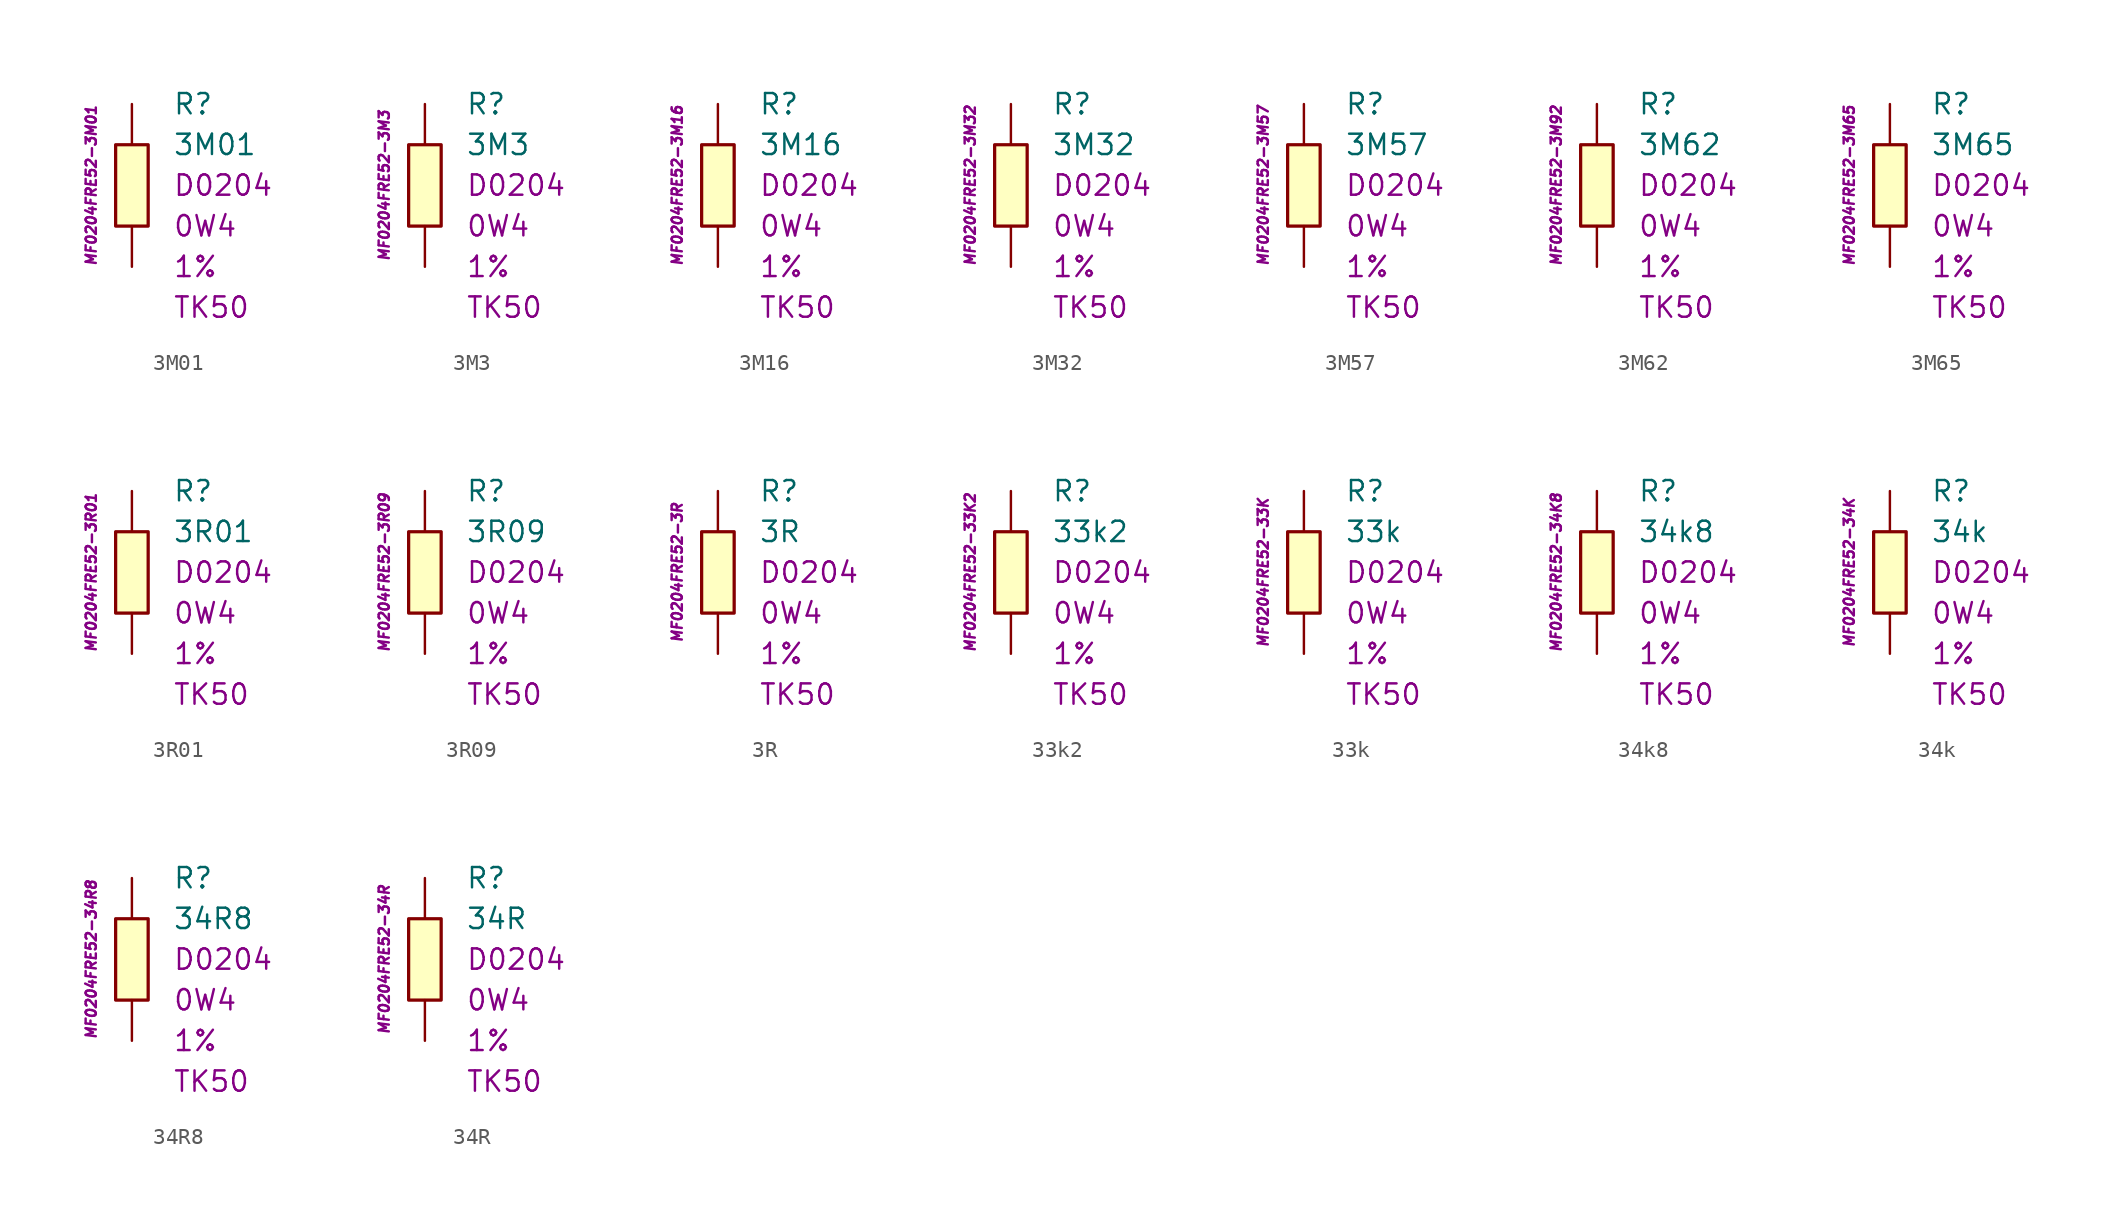
<source format=kicad_sym>
(kicad_symbol_lib
  (version 20201005)
  (generator kicad_symbol_editor)
  (symbol "3M01"
    (pin_numbers hide)
    (pin_names
      (offset 1.016) hide)
    (property "Reference" "R"
      (at 2.54 5.08 0)
      (effects (font (size 1.27 1.27)) (justify left)))
    (property "Value" "3M01"
      (at 2.54 2.54 0)
      (effects (font (size 1.27 1.27)) (justify left)))
    (property "Package" "D0204"
      (at 2.54 0 0)
      (effects (font (size 1.27 1.27)) (justify left)))
    (property "Power" "0W4"
      (at 2.54 -2.54 0)
      (effects (font (size 1.27 1.27)) (justify left)))
    (property "Tolerance" "1%"
      (at 2.54 -5.08 0)
      (effects (font (size 1.27 1.27)) (justify left)))
    (property "TK" "TK50"
      (at 2.54 -7.62 0)
      (effects (font (size 1.27 1.27)) (justify left)))
    (property "ID" "MF0204FRE52-3M01"
      (at -2.54 0 90)
      (effects (font (size 0.635 0.635) italic)))
    (symbol "3M01_0_1"
      (rectangle (start -1.016 2.54) (end 1.016 -2.54) (stroke (width 0.203)) (fill (type background))))
    (symbol "3M01_1_1"
      (pin passive line (at 0 5.08 270) (length 2.54) (name "~" (effects (font (size 1.778 1.778)))) (number "1" (effects (font (size 1.778 1.778)))))
      (pin passive line (at 0 -5.08 90) (length 2.54) (name "~" (effects (font (size 1.778 1.778)))) (number "2" (effects (font (size 1.778 1.778)))))))
  (symbol "3M3"
    (pin_numbers hide)
    (pin_names
      (offset 1.016) hide)
    (property "Reference" "R"
      (at 2.54 5.08 0)
      (effects (font (size 1.27 1.27)) (justify left)))
    (property "Value" "3M3"
      (at 2.54 2.54 0)
      (effects (font (size 1.27 1.27)) (justify left)))
    (property "Package" "D0204"
      (at 2.54 0 0)
      (effects (font (size 1.27 1.27)) (justify left)))
    (property "Power" "0W4"
      (at 2.54 -2.54 0)
      (effects (font (size 1.27 1.27)) (justify left)))
    (property "Tolerance" "1%"
      (at 2.54 -5.08 0)
      (effects (font (size 1.27 1.27)) (justify left)))
    (property "TK" "TK50"
      (at 2.54 -7.62 0)
      (effects (font (size 1.27 1.27)) (justify left)))
    (property "ID" "MF0204FRE52-3M3"
      (at -2.54 0 90)
      (effects (font (size 0.635 0.635) italic)))
    (symbol "3M3_0_1"
      (rectangle (start -1.016 2.54) (end 1.016 -2.54) (stroke (width 0.203)) (fill (type background))))
    (symbol "3M3_1_1"
      (pin passive line (at 0 5.08 270) (length 2.54) (name "~" (effects (font (size 1.778 1.778)))) (number "1" (effects (font (size 1.778 1.778)))))
      (pin passive line (at 0 -5.08 90) (length 2.54) (name "~" (effects (font (size 1.778 1.778)))) (number "2" (effects (font (size 1.778 1.778)))))))
  (symbol "3M16"
    (pin_numbers hide)
    (pin_names
      (offset 1.016) hide)
    (property "Reference" "R"
      (at 2.54 5.08 0)
      (effects (font (size 1.27 1.27)) (justify left)))
    (property "Value" "3M16"
      (at 2.54 2.54 0)
      (effects (font (size 1.27 1.27)) (justify left)))
    (property "Package" "D0204"
      (at 2.54 0 0)
      (effects (font (size 1.27 1.27)) (justify left)))
    (property "Power" "0W4"
      (at 2.54 -2.54 0)
      (effects (font (size 1.27 1.27)) (justify left)))
    (property "Tolerance" "1%"
      (at 2.54 -5.08 0)
      (effects (font (size 1.27 1.27)) (justify left)))
    (property "TK" "TK50"
      (at 2.54 -7.62 0)
      (effects (font (size 1.27 1.27)) (justify left)))
    (property "ID" "MF0204FRE52-3M16"
      (at -2.54 0 90)
      (effects (font (size 0.635 0.635) italic)))
    (symbol "3M16_0_1"
      (rectangle (start -1.016 2.54) (end 1.016 -2.54) (stroke (width 0.203)) (fill (type background))))
    (symbol "3M16_1_1"
      (pin passive line (at 0 5.08 270) (length 2.54) (name "~" (effects (font (size 1.778 1.778)))) (number "1" (effects (font (size 1.778 1.778)))))
      (pin passive line (at 0 -5.08 90) (length 2.54) (name "~" (effects (font (size 1.778 1.778)))) (number "2" (effects (font (size 1.778 1.778)))))))
  (symbol "3M32"
    (pin_numbers hide)
    (pin_names
      (offset 1.016) hide)
    (property "Reference" "R"
      (at 2.54 5.08 0)
      (effects (font (size 1.27 1.27)) (justify left)))
    (property "Value" "3M32"
      (at 2.54 2.54 0)
      (effects (font (size 1.27 1.27)) (justify left)))
    (property "Package" "D0204"
      (at 2.54 0 0)
      (effects (font (size 1.27 1.27)) (justify left)))
    (property "Power" "0W4"
      (at 2.54 -2.54 0)
      (effects (font (size 1.27 1.27)) (justify left)))
    (property "Tolerance" "1%"
      (at 2.54 -5.08 0)
      (effects (font (size 1.27 1.27)) (justify left)))
    (property "TK" "TK50"
      (at 2.54 -7.62 0)
      (effects (font (size 1.27 1.27)) (justify left)))
    (property "ID" "MF0204FRE52-3M32"
      (at -2.54 0 90)
      (effects (font (size 0.635 0.635) italic)))
    (symbol "3M32_0_1"
      (rectangle (start -1.016 2.54) (end 1.016 -2.54) (stroke (width 0.203)) (fill (type background))))
    (symbol "3M32_1_1"
      (pin passive line (at 0 5.08 270) (length 2.54) (name "~" (effects (font (size 1.778 1.778)))) (number "1" (effects (font (size 1.778 1.778)))))
      (pin passive line (at 0 -5.08 90) (length 2.54) (name "~" (effects (font (size 1.778 1.778)))) (number "2" (effects (font (size 1.778 1.778)))))))
  (symbol "3M57"
    (pin_numbers hide)
    (pin_names
      (offset 1.016) hide)
    (property "Reference" "R"
      (at 2.54 5.08 0)
      (effects (font (size 1.27 1.27)) (justify left)))
    (property "Value" "3M57"
      (at 2.54 2.54 0)
      (effects (font (size 1.27 1.27)) (justify left)))
    (property "Package" "D0204"
      (at 2.54 0 0)
      (effects (font (size 1.27 1.27)) (justify left)))
    (property "Power" "0W4"
      (at 2.54 -2.54 0)
      (effects (font (size 1.27 1.27)) (justify left)))
    (property "Tolerance" "1%"
      (at 2.54 -5.08 0)
      (effects (font (size 1.27 1.27)) (justify left)))
    (property "TK" "TK50"
      (at 2.54 -7.62 0)
      (effects (font (size 1.27 1.27)) (justify left)))
    (property "ID" "MF0204FRE52-3M57"
      (at -2.54 0 90)
      (effects (font (size 0.635 0.635) italic)))
    (symbol "3M57_0_1"
      (rectangle (start -1.016 2.54) (end 1.016 -2.54) (stroke (width 0.203)) (fill (type background))))
    (symbol "3M57_1_1"
      (pin passive line (at 0 5.08 270) (length 2.54) (name "~" (effects (font (size 1.778 1.778)))) (number "1" (effects (font (size 1.778 1.778)))))
      (pin passive line (at 0 -5.08 90) (length 2.54) (name "~" (effects (font (size 1.778 1.778)))) (number "2" (effects (font (size 1.778 1.778)))))))
  (symbol "3M62"
    (pin_numbers hide)
    (pin_names
      (offset 1.016) hide)
    (property "Reference" "R"
      (at 2.54 5.08 0)
      (effects (font (size 1.27 1.27)) (justify left)))
    (property "Value" "3M62"
      (at 2.54 2.54 0)
      (effects (font (size 1.27 1.27)) (justify left)))
    (property "Package" "D0204"
      (at 2.54 0 0)
      (effects (font (size 1.27 1.27)) (justify left)))
    (property "Power" "0W4"
      (at 2.54 -2.54 0)
      (effects (font (size 1.27 1.27)) (justify left)))
    (property "Tolerance" "1%"
      (at 2.54 -5.08 0)
      (effects (font (size 1.27 1.27)) (justify left)))
    (property "TK" "TK50"
      (at 2.54 -7.62 0)
      (effects (font (size 1.27 1.27)) (justify left)))
    (property "ID" "MF0204FRE52-3M92"
      (at -2.54 0 90)
      (effects (font (size 0.635 0.635) italic)))
    (symbol "3M62_0_1"
      (rectangle (start -1.016 2.54) (end 1.016 -2.54) (stroke (width 0.203)) (fill (type background))))
    (symbol "3M62_1_1"
      (pin passive line (at 0 5.08 270) (length 2.54) (name "~" (effects (font (size 1.778 1.778)))) (number "1" (effects (font (size 1.778 1.778)))))
      (pin passive line (at 0 -5.08 90) (length 2.54) (name "~" (effects (font (size 1.778 1.778)))) (number "2" (effects (font (size 1.778 1.778)))))))
  (symbol "3M65"
    (pin_numbers hide)
    (pin_names
      (offset 1.016) hide)
    (property "Reference" "R"
      (at 2.54 5.08 0)
      (effects (font (size 1.27 1.27)) (justify left)))
    (property "Value" "3M65"
      (at 2.54 2.54 0)
      (effects (font (size 1.27 1.27)) (justify left)))
    (property "Package" "D0204"
      (at 2.54 0 0)
      (effects (font (size 1.27 1.27)) (justify left)))
    (property "Power" "0W4"
      (at 2.54 -2.54 0)
      (effects (font (size 1.27 1.27)) (justify left)))
    (property "Tolerance" "1%"
      (at 2.54 -5.08 0)
      (effects (font (size 1.27 1.27)) (justify left)))
    (property "TK" "TK50"
      (at 2.54 -7.62 0)
      (effects (font (size 1.27 1.27)) (justify left)))
    (property "ID" "MF0204FRE52-3M65"
      (at -2.54 0 90)
      (effects (font (size 0.635 0.635) italic)))
    (symbol "3M65_0_1"
      (rectangle (start -1.016 2.54) (end 1.016 -2.54) (stroke (width 0.203)) (fill (type background))))
    (symbol "3M65_1_1"
      (pin passive line (at 0 5.08 270) (length 2.54) (name "~" (effects (font (size 1.778 1.778)))) (number "1" (effects (font (size 1.778 1.778)))))
      (pin passive line (at 0 -5.08 90) (length 2.54) (name "~" (effects (font (size 1.778 1.778)))) (number "2" (effects (font (size 1.778 1.778)))))))
  (symbol "3R01"
    (pin_numbers hide)
    (pin_names
      (offset 1.016) hide)
    (property "Reference" "R"
      (at 2.54 5.08 0)
      (effects (font (size 1.27 1.27)) (justify left)))
    (property "Value" "3R01"
      (at 2.54 2.54 0)
      (effects (font (size 1.27 1.27)) (justify left)))
    (property "Package" "D0204"
      (at 2.54 0 0)
      (effects (font (size 1.27 1.27)) (justify left)))
    (property "Power" "0W4"
      (at 2.54 -2.54 0)
      (effects (font (size 1.27 1.27)) (justify left)))
    (property "Tolerance" "1%"
      (at 2.54 -5.08 0)
      (effects (font (size 1.27 1.27)) (justify left)))
    (property "TK" "TK50"
      (at 2.54 -7.62 0)
      (effects (font (size 1.27 1.27)) (justify left)))
    (property "ID" "MF0204FRE52-3R01"
      (at -2.54 0 90)
      (effects (font (size 0.635 0.635) italic)))
    (symbol "3R01_0_1"
      (rectangle (start -1.016 2.54) (end 1.016 -2.54) (stroke (width 0.203)) (fill (type background))))
    (symbol "3R01_1_1"
      (pin passive line (at 0 5.08 270) (length 2.54) (name "~" (effects (font (size 1.778 1.778)))) (number "1" (effects (font (size 1.778 1.778)))))
      (pin passive line (at 0 -5.08 90) (length 2.54) (name "~" (effects (font (size 1.778 1.778)))) (number "2" (effects (font (size 1.778 1.778)))))))
  (symbol "3R09"
    (pin_numbers hide)
    (pin_names
      (offset 1.016) hide)
    (property "Reference" "R"
      (at 2.54 5.08 0)
      (effects (font (size 1.27 1.27)) (justify left)))
    (property "Value" "3R09"
      (at 2.54 2.54 0)
      (effects (font (size 1.27 1.27)) (justify left)))
    (property "Package" "D0204"
      (at 2.54 0 0)
      (effects (font (size 1.27 1.27)) (justify left)))
    (property "Power" "0W4"
      (at 2.54 -2.54 0)
      (effects (font (size 1.27 1.27)) (justify left)))
    (property "Tolerance" "1%"
      (at 2.54 -5.08 0)
      (effects (font (size 1.27 1.27)) (justify left)))
    (property "TK" "TK50"
      (at 2.54 -7.62 0)
      (effects (font (size 1.27 1.27)) (justify left)))
    (property "ID" "MF0204FRE52-3R09"
      (at -2.54 0 90)
      (effects (font (size 0.635 0.635) italic)))
    (symbol "3R09_0_1"
      (rectangle (start -1.016 2.54) (end 1.016 -2.54) (stroke (width 0.203)) (fill (type background))))
    (symbol "3R09_1_1"
      (pin passive line (at 0 5.08 270) (length 2.54) (name "~" (effects (font (size 1.778 1.778)))) (number "1" (effects (font (size 1.778 1.778)))))
      (pin passive line (at 0 -5.08 90) (length 2.54) (name "~" (effects (font (size 1.778 1.778)))) (number "2" (effects (font (size 1.778 1.778)))))))
  (symbol "3R"
    (pin_numbers hide)
    (pin_names
      (offset 1.016) hide)
    (property "Reference" "R"
      (at 2.54 5.08 0)
      (effects (font (size 1.27 1.27)) (justify left)))
    (property "Value" "3R"
      (at 2.54 2.54 0)
      (effects (font (size 1.27 1.27)) (justify left)))
    (property "Package" "D0204"
      (at 2.54 0 0)
      (effects (font (size 1.27 1.27)) (justify left)))
    (property "Power" "0W4"
      (at 2.54 -2.54 0)
      (effects (font (size 1.27 1.27)) (justify left)))
    (property "Tolerance" "1%"
      (at 2.54 -5.08 0)
      (effects (font (size 1.27 1.27)) (justify left)))
    (property "TK" "TK50"
      (at 2.54 -7.62 0)
      (effects (font (size 1.27 1.27)) (justify left)))
    (property "ID" "MF0204FRE52-3R"
      (at -2.54 0 90)
      (effects (font (size 0.635 0.635) italic)))
    (symbol "3R_0_1"
      (rectangle (start -1.016 2.54) (end 1.016 -2.54) (stroke (width 0.203)) (fill (type background))))
    (symbol "3R_1_1"
      (pin passive line (at 0 5.08 270) (length 2.54) (name "~" (effects (font (size 1.778 1.778)))) (number "1" (effects (font (size 1.778 1.778)))))
      (pin passive line (at 0 -5.08 90) (length 2.54) (name "~" (effects (font (size 1.778 1.778)))) (number "2" (effects (font (size 1.778 1.778)))))))
  (symbol "33k2"
    (pin_numbers hide)
    (pin_names
      (offset 1.016) hide)
    (property "Reference" "R"
      (at 2.54 5.08 0)
      (effects (font (size 1.27 1.27)) (justify left)))
    (property "Value" "33k2"
      (at 2.54 2.54 0)
      (effects (font (size 1.27 1.27)) (justify left)))
    (property "Package" "D0204"
      (at 2.54 0 0)
      (effects (font (size 1.27 1.27)) (justify left)))
    (property "Power" "0W4"
      (at 2.54 -2.54 0)
      (effects (font (size 1.27 1.27)) (justify left)))
    (property "Tolerance" "1%"
      (at 2.54 -5.08 0)
      (effects (font (size 1.27 1.27)) (justify left)))
    (property "TK" "TK50"
      (at 2.54 -7.62 0)
      (effects (font (size 1.27 1.27)) (justify left)))
    (property "ID" "MF0204FRE52-33K2"
      (at -2.54 0 90)
      (effects (font (size 0.635 0.635) italic)))
    (symbol "33k2_0_1"
      (rectangle (start -1.016 2.54) (end 1.016 -2.54) (stroke (width 0.203)) (fill (type background))))
    (symbol "33k2_1_1"
      (pin passive line (at 0 5.08 270) (length 2.54) (name "~" (effects (font (size 1.778 1.778)))) (number "1" (effects (font (size 1.778 1.778)))))
      (pin passive line (at 0 -5.08 90) (length 2.54) (name "~" (effects (font (size 1.778 1.778)))) (number "2" (effects (font (size 1.778 1.778)))))))
  (symbol "33k"
    (pin_numbers hide)
    (pin_names
      (offset 1.016) hide)
    (property "Reference" "R"
      (at 2.54 5.08 0)
      (effects (font (size 1.27 1.27)) (justify left)))
    (property "Value" "33k"
      (at 2.54 2.54 0)
      (effects (font (size 1.27 1.27)) (justify left)))
    (property "Package" "D0204"
      (at 2.54 0 0)
      (effects (font (size 1.27 1.27)) (justify left)))
    (property "Power" "0W4"
      (at 2.54 -2.54 0)
      (effects (font (size 1.27 1.27)) (justify left)))
    (property "Tolerance" "1%"
      (at 2.54 -5.08 0)
      (effects (font (size 1.27 1.27)) (justify left)))
    (property "TK" "TK50"
      (at 2.54 -7.62 0)
      (effects (font (size 1.27 1.27)) (justify left)))
    (property "ID" "MF0204FRE52-33K"
      (at -2.54 0 90)
      (effects (font (size 0.635 0.635) italic)))
    (symbol "33k_0_1"
      (rectangle (start -1.016 2.54) (end 1.016 -2.54) (stroke (width 0.203)) (fill (type background))))
    (symbol "33k_1_1"
      (pin passive line (at 0 5.08 270) (length 2.54) (name "~" (effects (font (size 1.778 1.778)))) (number "1" (effects (font (size 1.778 1.778)))))
      (pin passive line (at 0 -5.08 90) (length 2.54) (name "~" (effects (font (size 1.778 1.778)))) (number "2" (effects (font (size 1.778 1.778)))))))
  (symbol "34k8"
    (pin_numbers hide)
    (pin_names
      (offset 1.016) hide)
    (property "Reference" "R"
      (at 2.54 5.08 0)
      (effects (font (size 1.27 1.27)) (justify left)))
    (property "Value" "34k8"
      (at 2.54 2.54 0)
      (effects (font (size 1.27 1.27)) (justify left)))
    (property "Package" "D0204"
      (at 2.54 0 0)
      (effects (font (size 1.27 1.27)) (justify left)))
    (property "Power" "0W4"
      (at 2.54 -2.54 0)
      (effects (font (size 1.27 1.27)) (justify left)))
    (property "Tolerance" "1%"
      (at 2.54 -5.08 0)
      (effects (font (size 1.27 1.27)) (justify left)))
    (property "TK" "TK50"
      (at 2.54 -7.62 0)
      (effects (font (size 1.27 1.27)) (justify left)))
    (property "ID" "MF0204FRE52-34K8"
      (at -2.54 0 90)
      (effects (font (size 0.635 0.635) italic)))
    (symbol "34k8_0_1"
      (rectangle (start -1.016 2.54) (end 1.016 -2.54) (stroke (width 0.203)) (fill (type background))))
    (symbol "34k8_1_1"
      (pin passive line (at 0 5.08 270) (length 2.54) (name "~" (effects (font (size 1.778 1.778)))) (number "1" (effects (font (size 1.778 1.778)))))
      (pin passive line (at 0 -5.08 90) (length 2.54) (name "~" (effects (font (size 1.778 1.778)))) (number "2" (effects (font (size 1.778 1.778)))))))
  (symbol "34k"
    (pin_numbers hide)
    (pin_names
      (offset 1.016) hide)
    (property "Reference" "R"
      (at 2.54 5.08 0)
      (effects (font (size 1.27 1.27)) (justify left)))
    (property "Value" "34k"
      (at 2.54 2.54 0)
      (effects (font (size 1.27 1.27)) (justify left)))
    (property "Package" "D0204"
      (at 2.54 0 0)
      (effects (font (size 1.27 1.27)) (justify left)))
    (property "Power" "0W4"
      (at 2.54 -2.54 0)
      (effects (font (size 1.27 1.27)) (justify left)))
    (property "Tolerance" "1%"
      (at 2.54 -5.08 0)
      (effects (font (size 1.27 1.27)) (justify left)))
    (property "TK" "TK50"
      (at 2.54 -7.62 0)
      (effects (font (size 1.27 1.27)) (justify left)))
    (property "ID" "MF0204FRE52-34K"
      (at -2.54 0 90)
      (effects (font (size 0.635 0.635) italic)))
    (symbol "34k_0_1"
      (rectangle (start -1.016 2.54) (end 1.016 -2.54) (stroke (width 0.203)) (fill (type background))))
    (symbol "34k_1_1"
      (pin passive line (at 0 5.08 270) (length 2.54) (name "~" (effects (font (size 1.778 1.778)))) (number "1" (effects (font (size 1.778 1.778)))))
      (pin passive line (at 0 -5.08 90) (length 2.54) (name "~" (effects (font (size 1.778 1.778)))) (number "2" (effects (font (size 1.778 1.778)))))))
  (symbol "34R8"
    (pin_numbers hide)
    (pin_names
      (offset 1.016) hide)
    (property "Reference" "R"
      (at 2.54 5.08 0)
      (effects (font (size 1.27 1.27)) (justify left)))
    (property "Value" "34R8"
      (at 2.54 2.54 0)
      (effects (font (size 1.27 1.27)) (justify left)))
    (property "Package" "D0204"
      (at 2.54 0 0)
      (effects (font (size 1.27 1.27)) (justify left)))
    (property "Power" "0W4"
      (at 2.54 -2.54 0)
      (effects (font (size 1.27 1.27)) (justify left)))
    (property "Tolerance" "1%"
      (at 2.54 -5.08 0)
      (effects (font (size 1.27 1.27)) (justify left)))
    (property "TK" "TK50"
      (at 2.54 -7.62 0)
      (effects (font (size 1.27 1.27)) (justify left)))
    (property "ID" "MF0204FRE52-34R8"
      (at -2.54 0 90)
      (effects (font (size 0.635 0.635) italic)))
    (symbol "34R8_0_1"
      (rectangle (start -1.016 2.54) (end 1.016 -2.54) (stroke (width 0.203)) (fill (type background))))
    (symbol "34R8_1_1"
      (pin passive line (at 0 5.08 270) (length 2.54) (name "~" (effects (font (size 1.778 1.778)))) (number "1" (effects (font (size 1.778 1.778)))))
      (pin passive line (at 0 -5.08 90) (length 2.54) (name "~" (effects (font (size 1.778 1.778)))) (number "2" (effects (font (size 1.778 1.778)))))))
  (symbol "34R"
    (pin_numbers hide)
    (pin_names
      (offset 1.016) hide)
    (property "Reference" "R"
      (at 2.54 5.08 0)
      (effects (font (size 1.27 1.27)) (justify left)))
    (property "Value" "34R"
      (at 2.54 2.54 0)
      (effects (font (size 1.27 1.27)) (justify left)))
    (property "Package" "D0204"
      (at 2.54 0 0)
      (effects (font (size 1.27 1.27)) (justify left)))
    (property "Power" "0W4"
      (at 2.54 -2.54 0)
      (effects (font (size 1.27 1.27)) (justify left)))
    (property "Tolerance" "1%"
      (at 2.54 -5.08 0)
      (effects (font (size 1.27 1.27)) (justify left)))
    (property "TK" "TK50"
      (at 2.54 -7.62 0)
      (effects (font (size 1.27 1.27)) (justify left)))
    (property "ID" "MF0204FRE52-34R"
      (at -2.54 0 90)
      (effects (font (size 0.635 0.635) italic)))
    (symbol "34R_0_1"
      (rectangle (start -1.016 2.54) (end 1.016 -2.54) (stroke (width 0.203)) (fill (type background))))
    (symbol "34R_1_1"
      (pin passive line (at 0 5.08 270) (length 2.54) (name "~" (effects (font (size 1.778 1.778)))) (number "1" (effects (font (size 1.778 1.778)))))
      (pin passive line (at 0 -5.08 90) (length 2.54) (name "~" (effects (font (size 1.778 1.778)))) (number "2" (effects (font (size 1.778 1.778))))))))
</source>
